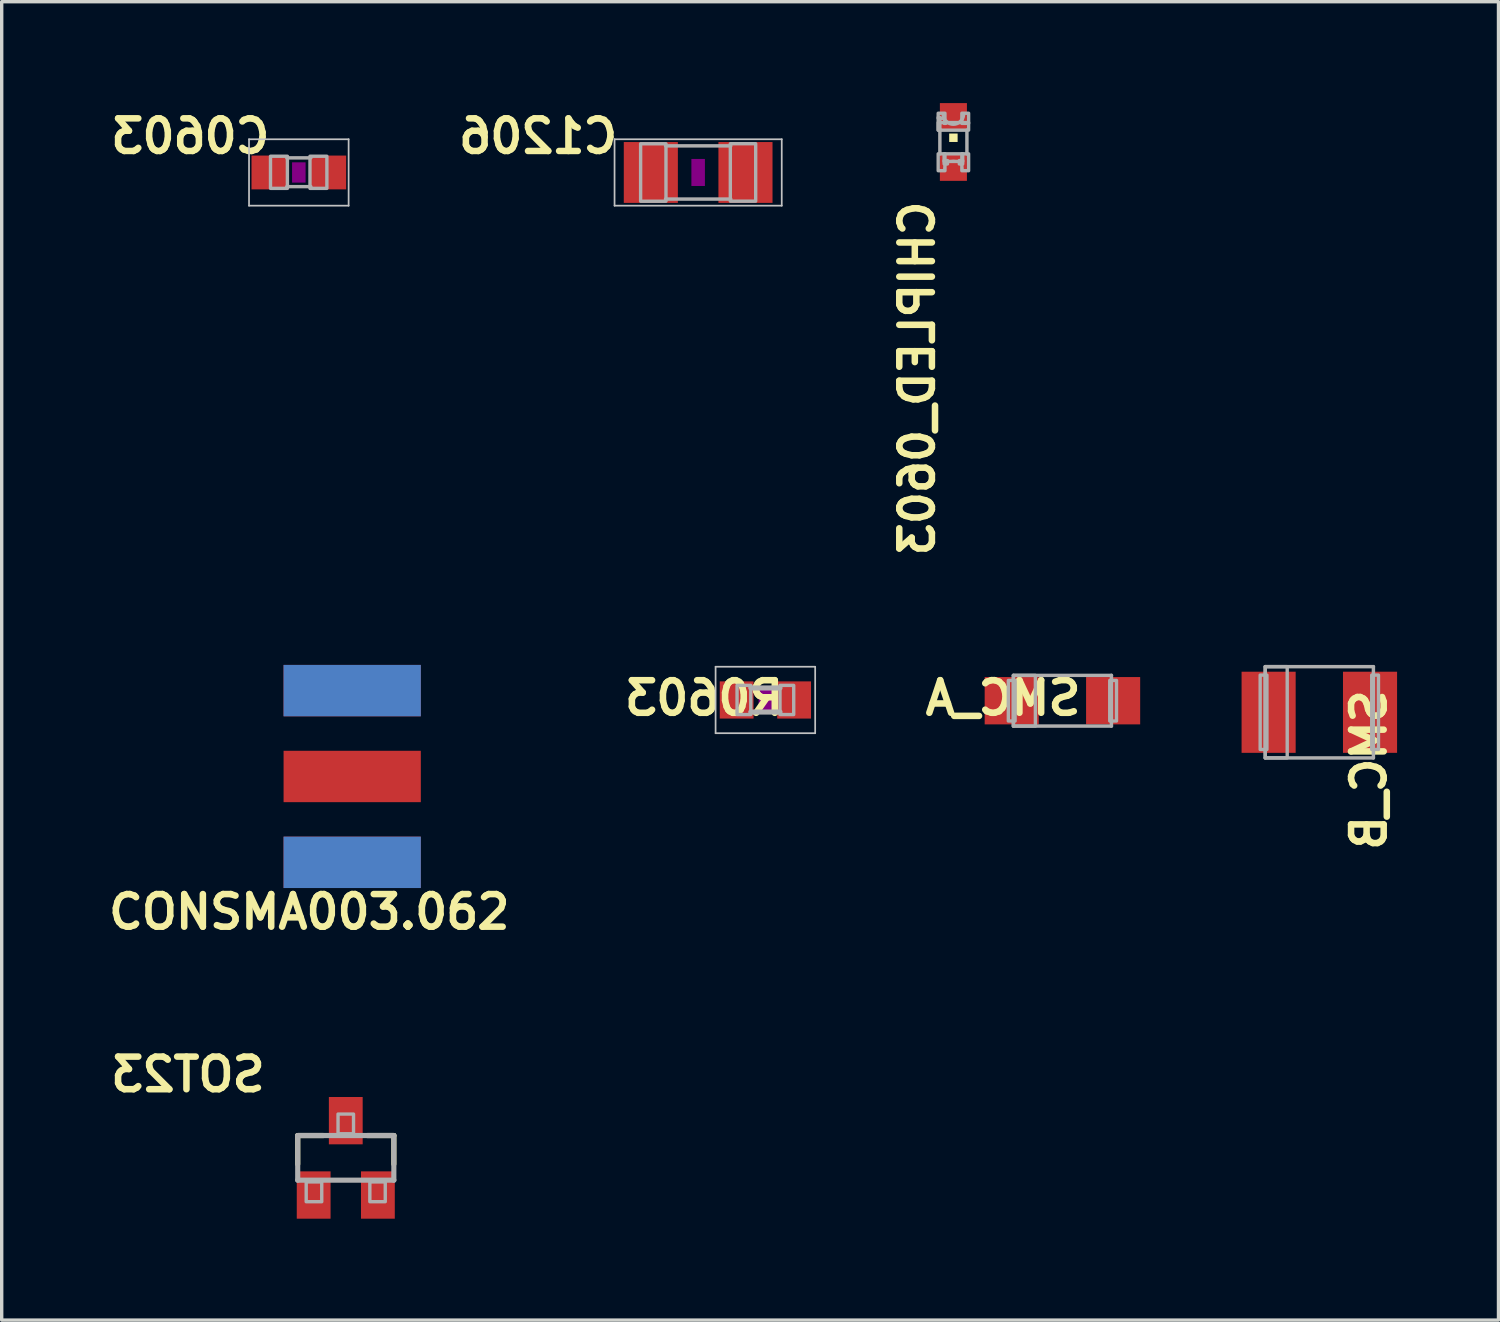
<source format=kicad_pcb>
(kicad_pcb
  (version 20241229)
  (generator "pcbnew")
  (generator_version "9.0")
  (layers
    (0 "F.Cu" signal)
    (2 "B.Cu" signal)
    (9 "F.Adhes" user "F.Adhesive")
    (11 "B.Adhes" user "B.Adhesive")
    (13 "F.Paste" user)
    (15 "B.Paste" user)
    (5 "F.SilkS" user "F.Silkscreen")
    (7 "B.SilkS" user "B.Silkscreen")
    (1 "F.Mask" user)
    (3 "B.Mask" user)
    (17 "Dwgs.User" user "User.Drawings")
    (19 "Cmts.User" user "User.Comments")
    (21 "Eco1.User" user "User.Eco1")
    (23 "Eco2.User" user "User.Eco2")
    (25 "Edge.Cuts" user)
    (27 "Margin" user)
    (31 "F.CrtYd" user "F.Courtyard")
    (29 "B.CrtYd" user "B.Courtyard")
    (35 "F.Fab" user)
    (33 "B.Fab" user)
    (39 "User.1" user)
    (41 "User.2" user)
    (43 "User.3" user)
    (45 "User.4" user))
  (footprint "CHIPLED_0603"
    (layer "F.Cu")
    (at 25.154 1.15)
    (property "Reference" "CHIPLED_0603" (at -0.508 1.651 270) (layer "F.SilkS") (effects (font (size 0.965 0.965) (thickness 0.193)) (justify left bottom mirror)))
    (attr through_hole)
    (fp_poly (pts (xy -0.125 0) (xy 0.125 0) (xy 0.125 -0.25) (xy -0.125 -0.25)) (stroke (width 0) (type solid)) (fill yes) (layer "F.SilkS"))
    (fp_line (start -0.4 -0.375) (end -0.4 0.35) (stroke (width 0.102) (type solid)) (layer "F.Fab"))
    (fp_line (start 0.4 -0.35) (end 0.4 0.35) (stroke (width 0.102) (type solid)) (layer "F.Fab"))
    (fp_arc (start -0.275 0.825) (mid 0 0.55) (end 0.275 0.825) (stroke (width 0.0508) (type solid)) (layer "F.Fab"))
    (fp_arc (start 0.3 -0.799998) (mid -0.000001 -0.524966) (end -0.3 -0.8) (stroke (width 0.1016) (type solid)) (layer "F.Fab"))
    (fp_circle (center -0.35 -0.625) (end -0.275 -0.625) (stroke (width 0.051) (type solid)) (fill no) (layer "F.Fab"))
    (fp_poly (pts (xy -0.45 -0.7) (xy -0.25 -0.7) (xy -0.25 -0.85) (xy -0.45 -0.85)) (stroke (width 0.1) (type solid)) (fill no) (layer "F.Fab"))
    (fp_poly (pts (xy -0.45 -0.35) (xy -0.4 -0.35) (xy -0.4 -0.725) (xy -0.45 -0.725)) (stroke (width 0.1) (type solid)) (fill no) (layer "F.Fab"))
    (fp_poly (pts (xy -0.45 -0.35) (xy 0.45 -0.35) (xy 0.45 -0.575) (xy -0.45 -0.575)) (stroke (width 0.1) (type solid)) (fill no) (layer "F.Fab"))
    (fp_poly (pts (xy -0.45 0.85) (xy -0.25 0.85) (xy -0.25 0.35) (xy -0.45 0.35)) (stroke (width 0.1) (type solid)) (fill no) (layer "F.Fab"))
    (fp_poly (pts (xy -0.275 -0.55) (xy -0.225 -0.55) (xy -0.225 -0.6) (xy -0.275 -0.6)) (stroke (width 0.1) (type solid)) (fill no) (layer "F.Fab"))
    (fp_poly (pts (xy -0.275 0.575) (xy 0.275 0.575) (xy 0.275 0.35) (xy -0.275 0.35)) (stroke (width 0.1) (type solid)) (fill no) (layer "F.Fab"))
    (fp_poly (pts (xy -0.275 0.65) (xy -0.175 0.65) (xy -0.175 0.55) (xy -0.275 0.55)) (stroke (width 0.1) (type solid)) (fill no) (layer "F.Fab"))
    (fp_poly (pts (xy 0.175 0.65) (xy 0.275 0.65) (xy 0.275 0.55) (xy 0.175 0.55)) (stroke (width 0.1) (type solid)) (fill no) (layer "F.Fab"))
    (fp_poly (pts (xy 0.25 -0.55) (xy 0.45 -0.55) (xy 0.45 -0.85) (xy 0.25 -0.85)) (stroke (width 0.1) (type solid)) (fill no) (layer "F.Fab"))
    (fp_poly (pts (xy 0.25 0.85) (xy 0.45 0.85) (xy 0.45 0.35) (xy 0.25 0.35)) (stroke (width 0.1) (type solid)) (fill no) (layer "F.Fab"))
    (pad "A" smd rect (at 0 0.75) (size 0.8 0.8) (layers "F.Cu" "F.Mask" "F.Paste"))
    (pad "C" smd rect (at 0 -0.75) (size 0.8 0.8) (layers "F.Cu" "F.Mask" "F.Paste")))
  (footprint "SOT23"
    (layer "F.Cu")
    (at 7.179 31.202)
    (property "Reference" "SOT23" (at -2.289 -1.902 0) (layer "F.SilkS") (effects (font (size 0.965 0.965) (thickness 0.193)) (justify left bottom mirror)))
    (attr through_hole)
    (fp_line (start -1.422 -0.66) (end -0.658 -0.66) (stroke (width 0.152) (type solid)) (layer "F.SilkS"))
    (fp_line (start -1.422 0.185) (end -1.422 -0.66) (stroke (width 0.152) (type solid)) (layer "F.SilkS"))
    (fp_line (start 0.633 -0.66) (end 1.422 -0.66) (stroke (width 0.152) (type solid)) (layer "F.SilkS"))
    (fp_line (start 1.422 -0.66) (end 1.422 0.185) (stroke (width 0.152) (type solid)) (layer "F.SilkS"))
    (fp_line (start -1.422 -0.66) (end 1.422 -0.66) (stroke (width 0.152) (type solid)) (layer "F.Fab"))
    (fp_line (start -1.422 0.66) (end -1.422 -0.66) (stroke (width 0.152) (type solid)) (layer "F.Fab"))
    (fp_line (start 1.422 -0.66) (end 1.422 0.66) (stroke (width 0.152) (type solid)) (layer "F.Fab"))
    (fp_line (start 1.422 0.66) (end -1.422 0.66) (stroke (width 0.152) (type solid)) (layer "F.Fab"))
    (fp_poly (pts (xy -1.171 1.298) (xy -0.711 1.298) (xy -0.711 0.711) (xy -1.171 0.711)) (stroke (width 0.1) (type solid)) (fill no) (layer "F.Fab"))
    (fp_poly (pts (xy -0.229 -0.713) (xy 0.229 -0.713) (xy 0.229 -1.295) (xy -0.229 -1.295)) (stroke (width 0.1) (type solid)) (fill no) (layer "F.Fab"))
    (fp_poly (pts (xy 0.712 1.297) (xy 1.168 1.297) (xy 1.168 0.711) (xy 0.712 0.711)) (stroke (width 0.1) (type solid)) (fill no) (layer "F.Fab"))
    (pad "1" smd rect (at -0.95 1.1) (size 1 1.4) (layers "F.Cu" "F.Mask" "F.Paste"))
    (pad "2" smd rect (at 0.95 1.1) (size 1 1.4) (layers "F.Cu" "F.Mask" "F.Paste"))
    (pad "3" smd rect (at 0 -1.1) (size 1 1.4) (layers "F.Cu" "F.Mask" "F.Paste")))
  (footprint "SMC_A"
    (layer "F.Cu")
    (at 28.379 17.679)
    (property "Reference" "SMC_A" (at 0.647 0.485 0) (layer "F.SilkS") (effects (font (size 0.965 0.965) (thickness 0.193)) (justify left bottom mirror)))
    (attr through_hole)
    (fp_line (start -1.45 -0.75) (end 1.45 -0.75) (stroke (width 0.102) (type solid)) (layer "F.Fab"))
    (fp_line (start -1.45 0.75) (end -1.45 -0.75) (stroke (width 0.102) (type solid)) (layer "F.Fab"))
    (fp_line (start 1.45 -0.75) (end 1.45 0.75) (stroke (width 0.102) (type solid)) (layer "F.Fab"))
    (fp_line (start 1.45 0.75) (end -1.45 0.75) (stroke (width 0.102) (type solid)) (layer "F.Fab"))
    (fp_poly (pts (xy -1.6 0.6) (xy -1.4 0.6) (xy -1.4 -0.6) (xy -1.6 -0.6)) (stroke (width 0.1) (type solid)) (fill no) (layer "F.Fab"))
    (fp_poly (pts (xy -1.45 0.75) (xy -0.8 0.75) (xy -0.8 -0.75) (xy -1.45 -0.75)) (stroke (width 0.1) (type solid)) (fill no) (layer "F.Fab"))
    (fp_poly (pts (xy 1.6 -0.6) (xy 1.4 -0.6) (xy 1.4 0.6) (xy 1.6 0.6)) (stroke (width 0.1) (type solid)) (fill no) (layer "F.Fab"))
    (pad "+" smd rect (at -1.5 0) (size 1.6 1.4) (layers "F.Cu" "F.Mask" "F.Paste"))
    (pad "-" smd rect (at 1.5 0 180) (size 1.6 1.4) (layers "F.Cu" "F.Mask" "F.Paste")))
  (footprint "SMC_B"
    (layer "F.Cu")
    (at 35.979 18.021)
    (property "Reference" "SMC_B" (at 2.032 -0.762 90) (layer "F.SilkS") (effects (font (size 0.965 0.965) (thickness 0.193)) (justify left bottom mirror)))
    (attr through_hole)
    (fp_line (start -1.6 -1.35) (end 1.6 -1.35) (stroke (width 0.102) (type solid)) (layer "F.Fab"))
    (fp_line (start -1.6 1.35) (end -1.6 -1.35) (stroke (width 0.102) (type solid)) (layer "F.Fab"))
    (fp_line (start 1.6 -1.35) (end 1.6 1.35) (stroke (width 0.102) (type solid)) (layer "F.Fab"))
    (fp_line (start 1.6 1.35) (end -1.6 1.35) (stroke (width 0.102) (type solid)) (layer "F.Fab"))
    (fp_poly (pts (xy -1.75 1.1) (xy -1.55 1.1) (xy -1.55 -1.1) (xy -1.75 -1.1)) (stroke (width 0.1) (type solid)) (fill no) (layer "F.Fab"))
    (fp_poly (pts (xy -1.6 1.35) (xy -0.95 1.35) (xy -0.95 -1.35) (xy -1.6 -1.35)) (stroke (width 0.1) (type solid)) (fill no) (layer "F.Fab"))
    (fp_poly (pts (xy 1.75 -1.1) (xy 1.55 -1.1) (xy 1.55 1.1) (xy 1.75 1.1)) (stroke (width 0.1) (type solid)) (fill no) (layer "F.Fab"))
    (pad "+" smd rect (at -1.5 0) (size 1.6 2.4) (layers "F.Cu" "F.Mask" "F.Paste"))
    (pad "-" smd rect (at 1.5 0 180) (size 1.6 2.4) (layers "F.Cu" "F.Mask" "F.Paste")))
  (footprint "C0603"
    (layer "F.Cu")
    (at 5.79 2.052)
    (property "Reference" "C0603" (at -0.762 -0.508 180) (layer "F.SilkS") (effects (font (size 0.965 0.965) (thickness 0.193)) (justify left bottom mirror)))
    (attr through_hole)
    (fp_poly (pts (xy -0.2 0.3) (xy 0.2 0.3) (xy 0.2 -0.3) (xy -0.2 -0.3)) (stroke (width 0) (type solid)) (fill yes) (layer "F.Adhes"))
    (fp_line (start -1.473 -0.983) (end 1.473 -0.983) (stroke (width 0.051) (type solid)) (layer "Dwgs.User"))
    (fp_line (start -1.473 0.983) (end -1.473 -0.983) (stroke (width 0.051) (type solid)) (layer "Dwgs.User"))
    (fp_line (start 1.473 -0.983) (end 1.473 0.983) (stroke (width 0.051) (type solid)) (layer "Dwgs.User"))
    (fp_line (start 1.473 0.983) (end -1.473 0.983) (stroke (width 0.051) (type solid)) (layer "Dwgs.User"))
    (fp_line (start -0.356 -0.432) (end 0.356 -0.432) (stroke (width 0.102) (type solid)) (layer "F.Fab"))
    (fp_line (start -0.356 0.419) (end 0.356 0.419) (stroke (width 0.102) (type solid)) (layer "F.Fab"))
    (fp_poly (pts (xy -0.838 0.47) (xy -0.338 0.47) (xy -0.338 -0.48) (xy -0.838 -0.48)) (stroke (width 0.1) (type solid)) (fill no) (layer "F.Fab"))
    (fp_poly (pts (xy 0.33 0.47) (xy 0.83 0.47) (xy 0.83 -0.48) (xy 0.33 -0.48)) (stroke (width 0.1) (type solid)) (fill no) (layer "F.Fab"))
    (pad "1" smd rect (at -0.85 0) (size 1.1 1) (layers "F.Cu" "F.Mask" "F.Paste"))
    (pad "2" smd rect (at 0.85 0) (size 1.1 1) (layers "F.Cu" "F.Mask" "F.Paste")))
  (footprint "C1206"
    (layer "F.Cu")
    (at 17.603 2.052)
    (property "Reference" "C1206" (at -2.286 -0.508 0) (layer "F.SilkS") (effects (font (size 0.965 0.965) (thickness 0.193)) (justify left bottom mirror)))
    (attr through_hole)
    (fp_poly (pts (xy -0.2 0.4) (xy 0.2 0.4) (xy 0.2 -0.4) (xy -0.2 -0.4)) (stroke (width 0) (type solid)) (fill yes) (layer "F.Adhes"))
    (fp_line (start -2.473 -0.983) (end 2.473 -0.983) (stroke (width 0.051) (type solid)) (layer "Dwgs.User"))
    (fp_line (start -2.473 0.983) (end -2.473 -0.983) (stroke (width 0.051) (type solid)) (layer "Dwgs.User"))
    (fp_line (start 2.473 -0.983) (end 2.473 0.983) (stroke (width 0.051) (type solid)) (layer "Dwgs.User"))
    (fp_line (start 2.473 0.983) (end -2.473 0.983) (stroke (width 0.051) (type solid)) (layer "Dwgs.User"))
    (fp_line (start -0.965 -0.787) (end 0.965 -0.787) (stroke (width 0.102) (type solid)) (layer "F.Fab"))
    (fp_line (start -0.965 0.787) (end 0.965 0.787) (stroke (width 0.102) (type solid)) (layer "F.Fab"))
    (fp_poly (pts (xy -1.702 0.851) (xy -0.952 0.851) (xy -0.952 -0.849) (xy -1.702 -0.849)) (stroke (width 0.1) (type solid)) (fill no) (layer "F.Fab"))
    (fp_poly (pts (xy 0.952 0.849) (xy 1.702 0.849) (xy 1.702 -0.851) (xy 0.952 -0.851)) (stroke (width 0.1) (type solid)) (fill no) (layer "F.Fab"))
    (pad "1" smd rect (at -1.4 0) (size 1.6 1.8) (layers "F.Cu" "F.Mask" "F.Paste"))
    (pad "2" smd rect (at 1.4 0) (size 1.6 1.8) (layers "F.Cu" "F.Mask" "F.Paste")))
  (footprint "CONSMA003.062"
    (layer "F.Cu")
    (at 7.369 19.92)
    (property "Reference" "CONSMA003.062" (at -1.27 4.572 0) (layer "F.SilkS") (effects (font (size 0.965 0.965) (thickness 0.193)) (justify bottom)))
    (attr through_hole)
    (pad "ANT" smd rect (at 0 0) (size 4.06 1.52) (layers "F.Cu" "F.Mask" "F.Paste"))
    (pad "GND1" smd rect (at 0 -2.54) (size 4.06 1.52) (layers "F.Cu" "F.Mask" "F.Paste"))
    (pad "GND2" smd rect (at 0 2.54) (size 4.06 1.52) (layers "F.Cu" "F.Mask" "F.Paste"))
    (pad "GND3" smd rect (at 0 -2.54 180) (size 4.06 1.52) (layers "B.Cu" "B.Mask" "B.Paste"))
    (pad "GND4" smd rect (at 0 2.54 180) (size 4.06 1.52) (layers "B.Cu" "B.Mask" "B.Paste")))
  (footprint "R0603"
    (layer "F.Cu")
    (at 19.592 17.657)
    (property "Reference" "R0603" (at 0.635 0.508 180) (layer "F.SilkS") (effects (font (size 0.965 0.965) (thickness 0.193)) (justify left bottom mirror)))
    (attr through_hole)
    (fp_poly (pts (xy -0.2 0.4) (xy 0.2 0.4) (xy 0.2 -0.4) (xy -0.2 -0.4)) (stroke (width 0) (type solid)) (fill yes) (layer "F.Adhes"))
    (fp_line (start -1.473 -0.983) (end 1.473 -0.983) (stroke (width 0.051) (type solid)) (layer "Dwgs.User"))
    (fp_line (start -1.473 0.983) (end -1.473 -0.983) (stroke (width 0.051) (type solid)) (layer "Dwgs.User"))
    (fp_line (start 1.473 -0.983) (end 1.473 0.983) (stroke (width 0.051) (type solid)) (layer "Dwgs.User"))
    (fp_line (start 1.473 0.983) (end -1.473 0.983) (stroke (width 0.051) (type solid)) (layer "Dwgs.User"))
    (fp_line (start -0.432 0.356) (end 0.432 0.356) (stroke (width 0.152) (type solid)) (layer "F.Fab"))
    (fp_line (start 0.432 -0.356) (end -0.432 -0.356) (stroke (width 0.152) (type solid)) (layer "F.Fab"))
    (fp_poly (pts (xy -0.838 0.432) (xy -0.432 0.432) (xy -0.432 -0.432) (xy -0.838 -0.432)) (stroke (width 0.1) (type solid)) (fill no) (layer "F.Fab"))
    (fp_poly (pts (xy 0.432 0.432) (xy 0.838 0.432) (xy 0.838 -0.432) (xy 0.432 -0.432)) (stroke (width 0.1) (type solid)) (fill no) (layer "F.Fab"))
    (pad "1" smd rect (at -0.85 0) (size 1 1.1) (layers "F.Cu" "F.Mask" "F.Paste"))
    (pad "2" smd rect (at 0.85 0) (size 1 1.1) (layers "F.Cu" "F.Mask" "F.Paste")))
  (gr_rect
    (start -3 -3)
    (end 41.279 36.002)
    (stroke (width 0.1) (type default))
    (fill no)
    (layer "Edge.Cuts")))
</source>
